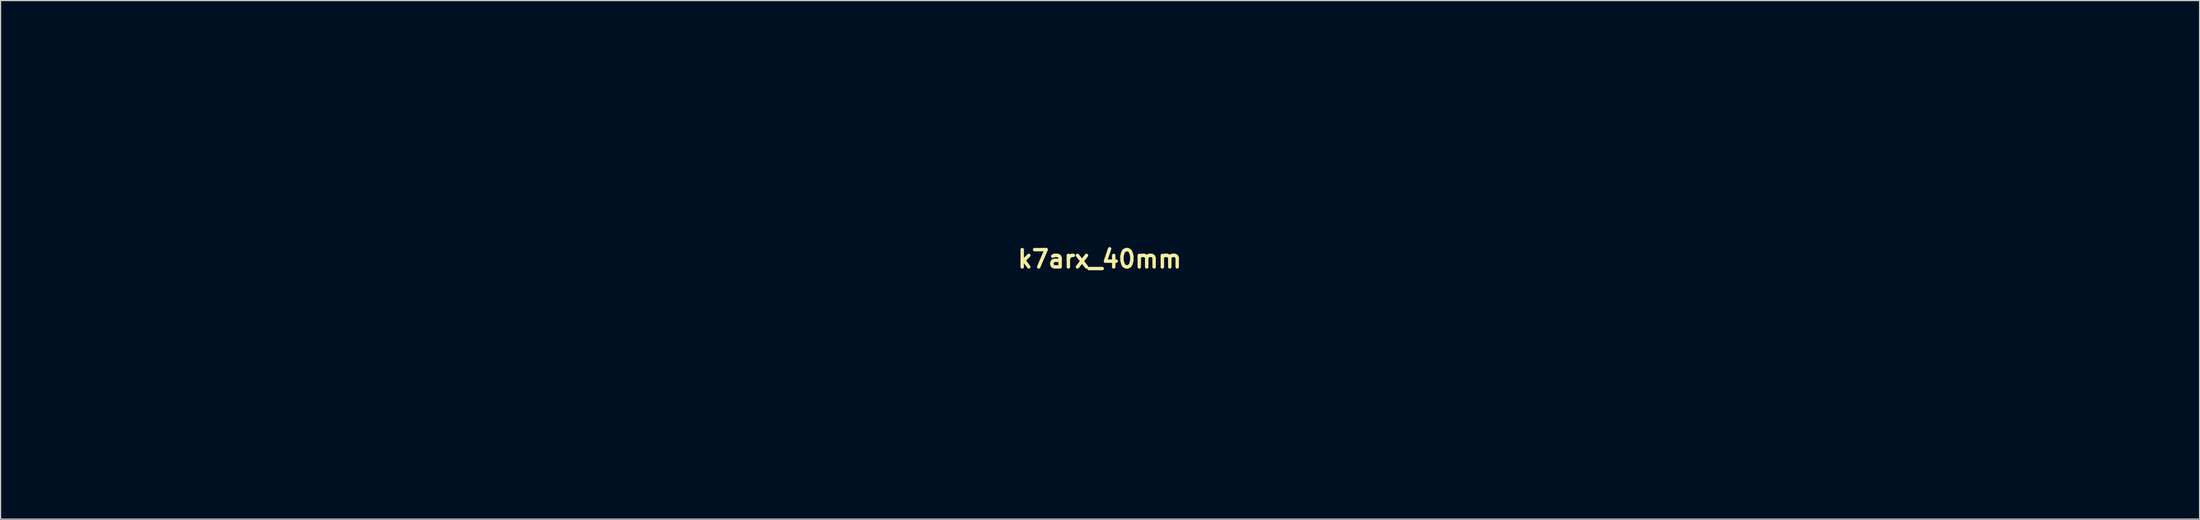
<source format=kicad_pcb>
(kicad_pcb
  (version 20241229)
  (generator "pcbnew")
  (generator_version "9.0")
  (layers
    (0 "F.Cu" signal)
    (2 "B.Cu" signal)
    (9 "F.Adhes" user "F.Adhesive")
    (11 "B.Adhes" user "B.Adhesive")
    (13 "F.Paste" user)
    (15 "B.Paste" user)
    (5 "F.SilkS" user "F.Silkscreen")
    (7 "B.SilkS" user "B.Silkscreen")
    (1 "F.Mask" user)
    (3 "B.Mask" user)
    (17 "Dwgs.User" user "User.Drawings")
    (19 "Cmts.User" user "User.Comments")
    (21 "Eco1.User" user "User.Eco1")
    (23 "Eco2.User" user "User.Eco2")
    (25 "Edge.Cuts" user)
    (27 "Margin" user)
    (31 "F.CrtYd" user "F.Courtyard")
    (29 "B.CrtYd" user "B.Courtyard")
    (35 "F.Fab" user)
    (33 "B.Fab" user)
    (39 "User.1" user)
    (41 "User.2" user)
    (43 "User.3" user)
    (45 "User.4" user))
  (footprint "k7arx_40mm"
    (layer "F.Cu")
    (at 93.762 19.787)
    (property "Reference" "k7arx_40mm" (at 0 0 0) (layer "F.SilkS") (effects (font (size 1.524 1.524) (thickness 0.3))))
    (attr through_hole)
    (fp_poly (pts (xy -51.319 -19.436) (xy -51.16 -19.426) (xy -50.94 -19.411) (xy -50.668 -19.39) (xy -50.355 -19.364) (xy -50.01 -19.335) (xy -49.641 -19.304) (xy -49.396 -19.282) (xy -48.633 -19.215) (xy -47.925 -19.156) (xy -47.263 -19.104) (xy -46.638 -19.058) (xy -46.038 -19.019) (xy -45.454 -18.986) (xy -44.877 -18.958) (xy -44.295 -18.935) (xy -43.699 -18.916) (xy -43.078 -18.902) (xy -42.423 -18.891) (xy -41.724 -18.884) (xy -40.971 -18.879) (xy -40.153 -18.877) (xy -39.68 -18.877) (xy -38.723 -18.878) (xy -37.837 -18.883) (xy -37.01 -18.891) (xy -36.234 -18.903) (xy -35.498 -18.919) (xy -34.792 -18.939) (xy -34.108 -18.964) (xy -33.433 -18.994) (xy -32.76 -19.029) (xy -32.078 -19.07) (xy -31.376 -19.116) (xy -30.727 -19.163) (xy -30.373 -19.189) (xy -30.042 -19.211) (xy -29.742 -19.23) (xy -29.483 -19.245) (xy -29.273 -19.255) (xy -29.122 -19.26) (xy -29.039 -19.259) (xy -29.027 -19.257) (xy -28.874 -19.176) (xy -28.705 -19.024) (xy -28.528 -18.809) (xy -28.348 -18.538) (xy -28.17 -18.217) (xy -28.151 -18.18) (xy -28.033 -17.926) (xy -27.913 -17.636) (xy -27.796 -17.325) (xy -27.686 -17.006) (xy -27.587 -16.693) (xy -27.505 -16.402) (xy -27.444 -16.145) (xy -27.408 -15.937) (xy -27.4 -15.828) (xy -27.411 -15.715) (xy -27.448 -15.598) (xy -27.518 -15.469) (xy -27.628 -15.318) (xy -27.783 -15.135) (xy -27.99 -14.909) (xy -28.026 -14.871) (xy -28.434 -14.438) (xy -28.799 -14.043) (xy -29.134 -13.673) (xy -29.455 -13.311) (xy -29.742 -12.98) (xy -30.886 -11.593) (xy -31.981 -10.156) (xy -33.022 -8.677) (xy -34.007 -7.161) (xy -34.932 -5.613) (xy -35.794 -4.04) (xy -36.588 -2.449) (xy -37.312 -0.844) (xy -37.962 0.767) (xy -38.372 1.9) (xy -38.815 3.253) (xy -39.202 4.583) (xy -39.535 5.908) (xy -39.818 7.241) (xy -40.055 8.6) (xy -40.249 10.001) (xy -40.387 11.28) (xy -40.404 11.513) (xy -40.42 11.807) (xy -40.433 12.151) (xy -40.444 12.535) (xy -40.452 12.949) (xy -40.458 13.382) (xy -40.462 13.822) (xy -40.463 14.26) (xy -40.461 14.685) (xy -40.457 15.086) (xy -40.45 15.452) (xy -40.44 15.773) (xy -40.428 16.039) (xy -40.413 16.238) (xy -40.408 16.28) (xy -40.358 16.641) (xy -40.293 17.026) (xy -40.218 17.416) (xy -40.138 17.79) (xy -40.056 18.126) (xy -39.976 18.404) (xy -39.974 18.41) (xy -39.889 18.711) (xy -39.832 18.984) (xy -39.811 19.16) (xy -39.804 19.322) (xy -39.811 19.43) (xy -39.835 19.512) (xy -39.883 19.592) (xy -39.886 19.598) (xy -39.986 19.712) (xy -40.105 19.809) (xy -40.12 19.818) (xy -40.144 19.831) (xy -40.171 19.843) (xy -40.206 19.854) (xy -40.253 19.863) (xy -40.318 19.871) (xy -40.404 19.878) (xy -40.518 19.883) (xy -40.663 19.888) (xy -40.845 19.892) (xy -41.068 19.895) (xy -41.337 19.898) (xy -41.658 19.9) (xy -42.034 19.902) (xy -42.47 19.903) (xy -42.972 19.904) (xy -43.544 19.905) (xy -44.191 19.906) (xy -44.22 19.906) (xy -44.779 19.907) (xy -45.316 19.907) (xy -45.827 19.906) (xy -46.306 19.905) (xy -46.747 19.903) (xy -47.145 19.901) (xy -47.493 19.899) (xy -47.787 19.896) (xy -48.021 19.892) (xy -48.189 19.889) (xy -48.285 19.884) (xy -48.305 19.882) (xy -48.498 19.8) (xy -48.678 19.661) (xy -48.825 19.485) (xy -48.916 19.296) (xy -48.918 19.289) (xy -48.94 19.153) (xy -48.954 18.939) (xy -48.958 18.648) (xy -48.953 18.281) (xy -48.939 17.84) (xy -48.919 17.38) (xy -48.801 15.705) (xy -48.606 14.009) (xy -48.335 12.292) (xy -47.988 10.555) (xy -47.566 8.8) (xy -47.07 7.028) (xy -46.498 5.24) (xy -45.852 3.437) (xy -45.132 1.62) (xy -44.338 -0.21) (xy -43.471 -2.052) (xy -42.531 -3.904) (xy -42.182 -4.56) (xy -41.647 -5.532) (xy -41.081 -6.52) (xy -40.493 -7.51) (xy -39.889 -8.491) (xy -39.279 -9.45) (xy -38.669 -10.374) (xy -38.068 -11.252) (xy -37.483 -12.069) (xy -37.324 -12.286) (xy -37.236 -12.411) (xy -37.174 -12.51) (xy -37.148 -12.569) (xy -37.15 -12.576) (xy -37.193 -12.581) (xy -37.311 -12.584) (xy -37.498 -12.588) (xy -37.748 -12.591) (xy -38.055 -12.593) (xy -38.414 -12.595) (xy -38.82 -12.597) (xy -39.267 -12.598) (xy -39.748 -12.599) (xy -40.259 -12.6) (xy -40.794 -12.6) (xy -41.347 -12.6) (xy -41.913 -12.6) (xy -42.486 -12.599) (xy -43.06 -12.598) (xy -43.63 -12.596) (xy -44.191 -12.595) (xy -44.736 -12.593) (xy -45.26 -12.59) (xy -45.757 -12.588) (xy -46.222 -12.585) (xy -46.65 -12.582) (xy -47.034 -12.578) (xy -47.368 -12.575) (xy -47.649 -12.571) (xy -47.868 -12.567) (xy -48.022 -12.562) (xy -48.08 -12.559) (xy -49.018 -12.477) (xy -49.9 -12.345) (xy -50.737 -12.161) (xy -51.538 -11.924) (xy -51.89 -11.799) (xy -52.067 -11.729) (xy -52.297 -11.632) (xy -52.56 -11.517) (xy -52.836 -11.392) (xy -53.107 -11.267) (xy -53.14 -11.251) (xy -53.482 -11.09) (xy -53.761 -10.961) (xy -53.988 -10.861) (xy -54.171 -10.788) (xy -54.319 -10.736) (xy -54.441 -10.703) (xy -54.547 -10.686) (xy -54.646 -10.68) (xy -54.655 -10.68) (xy -54.95 -10.708) (xy -55.206 -10.789) (xy -55.414 -10.916) (xy -55.567 -11.084) (xy -55.657 -11.287) (xy -55.68 -11.465) (xy -55.66 -11.688) (xy -55.605 -11.972) (xy -55.517 -12.311) (xy -55.4 -12.697) (xy -55.257 -13.121) (xy -55.09 -13.577) (xy -54.904 -14.057) (xy -54.701 -14.553) (xy -54.485 -15.057) (xy -54.259 -15.561) (xy -54.026 -16.059) (xy -53.79 -16.542) (xy -53.553 -17.002) (xy -53.319 -17.433) (xy -53.091 -17.826) (xy -52.872 -18.173) (xy -52.84 -18.221) (xy -52.598 -18.569) (xy -52.382 -18.849) (xy -52.187 -19.068) (xy -52.004 -19.23) (xy -51.828 -19.342) (xy -51.653 -19.41) (xy -51.47 -19.438) (xy -51.408 -19.44) (xy -51.319 -19.436)) (stroke (width 0.01) (type solid)) (fill yes) (layer "F.Mask"))
    (fp_poly (pts (xy -89.284 -19.14) (xy -88.803 -19.139) (xy -88.389 -19.139) (xy -88.038 -19.137) (xy -87.744 -19.135) (xy -87.501 -19.132) (xy -87.303 -19.128) (xy -87.143 -19.122) (xy -87.018 -19.116) (xy -86.919 -19.108) (xy -86.843 -19.099) (xy -86.782 -19.088) (xy -86.731 -19.075) (xy -86.713 -19.07) (xy -86.444 -18.955) (xy -86.229 -18.789) (xy -86.055 -18.562) (xy -86 -18.462) (xy -85.86 -18.187) (xy -85.865 -17.644) (xy -85.871 -17.4) (xy -85.885 -17.109) (xy -85.904 -16.802) (xy -85.927 -16.513) (xy -85.934 -16.44) (xy -85.977 -15.972) (xy -86.017 -15.467) (xy -86.057 -14.918) (xy -86.095 -14.32) (xy -86.132 -13.668) (xy -86.169 -12.955) (xy -86.205 -12.176) (xy -86.242 -11.326) (xy -86.261 -10.86) (xy -86.272 -10.559) (xy -86.283 -10.208) (xy -86.294 -9.812) (xy -86.305 -9.381) (xy -86.316 -8.919) (xy -86.327 -8.436) (xy -86.337 -7.937) (xy -86.347 -7.43) (xy -86.356 -6.923) (xy -86.364 -6.422) (xy -86.371 -5.934) (xy -86.378 -5.466) (xy -86.383 -5.027) (xy -86.387 -4.622) (xy -86.39 -4.259) (xy -86.391 -3.945) (xy -86.391 -3.688) (xy -86.389 -3.494) (xy -86.385 -3.37) (xy -86.383 -3.347) (xy -86.339 -3.086) (xy -86.26 -2.897) (xy -86.147 -2.78) (xy -86 -2.735) (xy -85.819 -2.762) (xy -85.606 -2.862) (xy -85.361 -3.035) (xy -85.36 -3.036) (xy -85.238 -3.137) (xy -85.066 -3.284) (xy -84.852 -3.469) (xy -84.606 -3.684) (xy -84.336 -3.92) (xy -84.052 -4.171) (xy -83.764 -4.428) (xy -83.478 -4.683) (xy -83.206 -4.928) (xy -82.955 -5.155) (xy -82.821 -5.278) (xy -82.194 -5.857) (xy -81.582 -6.428) (xy -80.981 -6.998) (xy -80.387 -7.569) (xy -79.795 -8.147) (xy -79.2 -8.735) (xy -78.599 -9.34) (xy -77.987 -9.964) (xy -77.359 -10.614) (xy -76.711 -11.292) (xy -76.039 -12.005) (xy -75.338 -12.755) (xy -74.604 -13.549) (xy -73.832 -14.39) (xy -73.018 -15.283) (xy -72.158 -16.232) (xy -72.078 -16.32) (xy -71.673 -16.767) (xy -71.317 -17.159) (xy -71.004 -17.499) (xy -70.73 -17.791) (xy -70.49 -18.04) (xy -70.279 -18.249) (xy -70.094 -18.422) (xy -69.928 -18.564) (xy -69.778 -18.679) (xy -69.638 -18.771) (xy -69.505 -18.843) (xy -69.372 -18.9) (xy -69.236 -18.946) (xy -69.092 -18.986) (xy -68.954 -19.018) (xy -68.897 -19.029) (xy -68.831 -19.038) (xy -68.749 -19.047) (xy -68.647 -19.054) (xy -68.52 -19.06) (xy -68.362 -19.065) (xy -68.169 -19.069) (xy -67.936 -19.072) (xy -67.656 -19.074) (xy -67.327 -19.075) (xy -66.941 -19.075) (xy -66.496 -19.075) (xy -65.984 -19.074) (xy -65.402 -19.073) (xy -64.86 -19.071) (xy -64.222 -19.069) (xy -63.659 -19.067) (xy -63.166 -19.065) (xy -62.738 -19.063) (xy -62.371 -19.061) (xy -62.059 -19.058) (xy -61.798 -19.055) (xy -61.583 -19.051) (xy -61.409 -19.046) (xy -61.271 -19.041) (xy -61.163 -19.034) (xy -61.083 -19.027) (xy -61.023 -19.019) (xy -60.98 -19.009) (xy -60.949 -18.998) (xy -60.928 -18.988) (xy -60.775 -18.862) (xy -60.678 -18.69) (xy -60.641 -18.487) (xy -60.668 -18.267) (xy -60.701 -18.169) (xy -60.746 -18.071) (xy -60.802 -17.972) (xy -60.875 -17.866) (xy -60.97 -17.748) (xy -61.093 -17.611) (xy -61.248 -17.449) (xy -61.442 -17.257) (xy -61.679 -17.029) (xy -61.965 -16.759) (xy -62.3 -16.448) (xy -63.358 -15.464) (xy -64.361 -14.53) (xy -65.315 -13.639) (xy -66.222 -12.787) (xy -67.09 -11.97) (xy -67.922 -11.183) (xy -68.723 -10.421) (xy -69.498 -9.68) (xy -70.252 -8.955) (xy -70.991 -8.241) (xy -71.717 -7.533) (xy -72.438 -6.828) (xy -73.157 -6.12) (xy -73.879 -5.405) (xy -74.609 -4.678) (xy -74.764 -4.523) (xy -75.137 -4.149) (xy -75.497 -3.787) (xy -75.839 -3.443) (xy -76.159 -3.119) (xy -76.452 -2.821) (xy -76.714 -2.553) (xy -76.94 -2.32) (xy -77.127 -2.127) (xy -77.268 -1.977) (xy -77.361 -1.876) (xy -77.396 -1.834) (xy -77.528 -1.639) (xy -77.6 -1.478) (xy -77.611 -1.334) (xy -77.561 -1.189) (xy -77.449 -1.023) (xy -77.368 -0.925) (xy -77.298 -0.844) (xy -77.184 -0.71) (xy -77.033 -0.532) (xy -76.852 -0.319) (xy -76.649 -0.08) (xy -76.43 0.178) (xy -76.228 0.417) (xy -75.584 1.175) (xy -74.954 1.915) (xy -74.341 2.634) (xy -73.748 3.327) (xy -73.178 3.99) (xy -72.635 4.62) (xy -72.123 5.213) (xy -71.644 5.765) (xy -71.202 6.272) (xy -70.801 6.73) (xy -70.443 7.134) (xy -70.133 7.482) (xy -70.081 7.54) (xy -68.955 8.774) (xy -67.861 9.94) (xy -66.794 11.041) (xy -65.752 12.082) (xy -64.73 13.065) (xy -63.725 13.994) (xy -62.733 14.873) (xy -61.749 15.706) (xy -60.94 16.363) (xy -60.814 16.463) (xy -60.642 16.599) (xy -60.442 16.759) (xy -60.231 16.927) (xy -60.078 17.049) (xy -59.751 17.318) (xy -59.458 17.58) (xy -59.205 17.827) (xy -59.001 18.05) (xy -58.855 18.241) (xy -58.82 18.296) (xy -58.702 18.558) (xy -58.638 18.834) (xy -58.634 19.098) (xy -58.64 19.137) (xy -58.701 19.384) (xy -58.804 19.574) (xy -58.96 19.726) (xy -59.12 19.825) (xy -59.144 19.837) (xy -59.175 19.847) (xy -59.215 19.857) (xy -59.271 19.865) (xy -59.346 19.872) (xy -59.445 19.878) (xy -59.572 19.883) (xy -59.732 19.888) (xy -59.929 19.892) (xy -60.169 19.896) (xy -60.455 19.898) (xy -60.792 19.901) (xy -61.185 19.903) (xy -61.637 19.905) (xy -62.154 19.907) (xy -62.74 19.909) (xy -63.4 19.91) (xy -63.7 19.911) (xy -64.51 19.913) (xy -65.241 19.914) (xy -65.894 19.913) (xy -66.47 19.912) (xy -66.971 19.91) (xy -67.396 19.907) (xy -67.747 19.903) (xy -68.026 19.898) (xy -68.232 19.892) (xy -68.368 19.885) (xy -68.42 19.879) (xy -68.621 19.833) (xy -68.841 19.76) (xy -68.983 19.7) (xy -69.168 19.592) (xy -69.363 19.442) (xy -69.573 19.242) (xy -69.803 18.988) (xy -70.061 18.672) (xy -70.24 18.438) (xy -70.771 17.739) (xy -71.315 17.034) (xy -71.875 16.319) (xy -72.454 15.59) (xy -73.056 14.844) (xy -73.684 14.078) (xy -74.34 13.286) (xy -75.028 12.467) (xy -75.751 11.616) (xy -76.512 10.729) (xy -77.314 9.803) (xy -78.16 8.834) (xy -79.053 7.819) (xy -79.997 6.753) (xy -80.844 5.8) (xy -81.224 5.375) (xy -81.554 5.006) (xy -81.841 4.689) (xy -82.087 4.418) (xy -82.296 4.191) (xy -82.474 4.001) (xy -82.624 3.846) (xy -82.75 3.72) (xy -82.856 3.619) (xy -82.947 3.539) (xy -83.027 3.476) (xy -83.099 3.425) (xy -83.099 3.425) (xy -83.191 3.369) (xy -83.274 3.334) (xy -83.357 3.324) (xy -83.449 3.344) (xy -83.559 3.398) (xy -83.698 3.489) (xy -83.873 3.622) (xy -84.095 3.801) (xy -84.241 3.92) (xy -84.661 4.269) (xy -85.021 4.577) (xy -85.325 4.85) (xy -85.579 5.095) (xy -85.788 5.317) (xy -85.956 5.524) (xy -86.088 5.72) (xy -86.189 5.913) (xy -86.264 6.108) (xy -86.317 6.312) (xy -86.353 6.53) (xy -86.366 6.64) (xy -86.376 6.793) (xy -86.38 7.019) (xy -86.38 7.313) (xy -86.376 7.669) (xy -86.368 8.081) (xy -86.356 8.543) (xy -86.34 9.048) (xy -86.321 9.591) (xy -86.299 10.167) (xy -86.274 10.768) (xy -86.246 11.388) (xy -86.216 12.023) (xy -86.184 12.665) (xy -86.149 13.31) (xy -86.113 13.95) (xy -86.076 14.58) (xy -86.037 15.193) (xy -86.02 15.46) (xy -85.98 16.064) (xy -85.946 16.593) (xy -85.917 17.054) (xy -85.894 17.452) (xy -85.876 17.792) (xy -85.865 18.081) (xy -85.859 18.324) (xy -85.859 18.527) (xy -85.866 18.695) (xy -85.878 18.834) (xy -85.896 18.949) (xy -85.92 19.046) (xy -85.951 19.131) (xy -85.987 19.21) (xy -86.03 19.288) (xy -86.052 19.324) (xy -86.212 19.522) (xy -86.432 19.694) (xy -86.696 19.826) (xy -86.759 19.849) (xy -86.823 19.857) (xy -86.959 19.865) (xy -87.158 19.872) (xy -87.414 19.879) (xy -87.719 19.885) (xy -88.063 19.89) (xy -88.44 19.895) (xy -88.842 19.899) (xy -89.26 19.903) (xy -89.686 19.905) (xy -90.113 19.907) (xy -90.533 19.908) (xy -90.938 19.908) (xy -91.32 19.907) (xy -91.67 19.905) (xy -91.982 19.902) (xy -92.247 19.898) (xy -92.457 19.893) (xy -92.604 19.886) (xy -92.671 19.88) (xy -92.983 19.796) (xy -93.254 19.648) (xy -93.476 19.44) (xy -93.643 19.18) (xy -93.684 19.083) (xy -93.713 19.003) (xy -93.734 18.926) (xy -93.748 18.84) (xy -93.755 18.73) (xy -93.757 18.584) (xy -93.755 18.388) (xy -93.748 18.13) (xy -93.746 18.04) (xy -93.735 17.731) (xy -93.72 17.372) (xy -93.701 16.993) (xy -93.681 16.626) (xy -93.662 16.32) (xy -93.621 15.671) (xy -93.58 14.952) (xy -93.54 14.169) (xy -93.5 13.332) (xy -93.461 12.45) (xy -93.423 11.532) (xy -93.387 10.585) (xy -93.353 9.619) (xy -93.321 8.642) (xy -93.291 7.664) (xy -93.264 6.691) (xy -93.24 5.734) (xy -93.22 4.801) (xy -93.203 3.901) (xy -93.197 3.5) (xy -93.175 1.083) (xy -93.179 -1.393) (xy -93.208 -3.912) (xy -93.263 -6.459) (xy -93.342 -9.016) (xy -93.445 -11.569) (xy -93.572 -14.1) (xy -93.664 -15.68) (xy -93.687 -16.058) (xy -93.706 -16.428) (xy -93.723 -16.781) (xy -93.737 -17.102) (xy -93.746 -17.382) (xy -93.752 -17.609) (xy -93.752 -17.77) (xy -93.752 -17.8) (xy -93.743 -18.01) (xy -93.729 -18.162) (xy -93.708 -18.276) (xy -93.674 -18.374) (xy -93.631 -18.463) (xy -93.456 -18.715) (xy -93.221 -18.916) (xy -92.975 -19.045) (xy -92.74 -19.14) (xy -89.84 -19.14) (xy -89.284 -19.14)) (stroke (width 0.01) (type solid)) (fill yes) (layer "F.Mask"))
    (fp_poly (pts (xy 30.056 -19.161) (xy 30.769 -19.161) (xy 31.469 -19.16) (xy 32.154 -19.159) (xy 32.817 -19.157) (xy 33.455 -19.155) (xy 34.062 -19.153) (xy 34.635 -19.15) (xy 35.169 -19.148) (xy 35.659 -19.145) (xy 36.1 -19.141) (xy 36.489 -19.137) (xy 36.82 -19.133) (xy 37.088 -19.129) (xy 37.29 -19.124) (xy 37.404 -19.12) (xy 38.122 -19.079) (xy 38.775 -19.031) (xy 39.38 -18.973) (xy 39.952 -18.905) (xy 40.508 -18.823) (xy 41.061 -18.726) (xy 41.22 -18.696) (xy 42.244 -18.468) (xy 43.203 -18.192) (xy 44.1 -17.869) (xy 44.932 -17.499) (xy 45.7 -17.082) (xy 46.404 -16.618) (xy 47.043 -16.107) (xy 47.618 -15.549) (xy 48.128 -14.945) (xy 48.573 -14.294) (xy 48.953 -13.597) (xy 49.072 -13.337) (xy 49.306 -12.742) (xy 49.507 -12.102) (xy 49.666 -11.446) (xy 49.737 -11.06) (xy 49.79 -10.716) (xy 49.831 -10.423) (xy 49.86 -10.156) (xy 49.879 -9.896) (xy 49.891 -9.618) (xy 49.896 -9.302) (xy 49.897 -8.98) (xy 49.881 -8.281) (xy 49.832 -7.637) (xy 49.748 -7.031) (xy 49.626 -6.444) (xy 49.463 -5.857) (xy 49.432 -5.76) (xy 49.136 -4.954) (xy 48.772 -4.171) (xy 48.338 -3.408) (xy 47.832 -2.66) (xy 47.252 -1.925) (xy 46.594 -1.198) (xy 46.36 -0.96) (xy 45.919 -0.531) (xy 45.464 -0.113) (xy 44.987 0.299) (xy 44.48 0.713) (xy 43.936 1.134) (xy 43.347 1.568) (xy 42.705 2.022) (xy 42.003 2.501) (xy 41.647 2.739) (xy 41.391 2.91) (xy 41.156 3.07) (xy 40.949 3.214) (xy 40.779 3.334) (xy 40.657 3.426) (xy 40.589 3.482) (xy 40.58 3.492) (xy 40.527 3.633) (xy 40.529 3.809) (xy 40.585 3.997) (xy 40.63 4.085) (xy 40.658 4.129) (xy 40.698 4.189) (xy 40.753 4.269) (xy 40.826 4.372) (xy 40.919 4.501) (xy 41.035 4.66) (xy 41.176 4.853) (xy 41.346 5.083) (xy 41.546 5.354) (xy 41.779 5.668) (xy 42.047 6.03) (xy 42.354 6.443) (xy 42.702 6.91) (xy 43.093 7.435) (xy 43.421 7.875) (xy 43.866 8.47) (xy 44.271 9.008) (xy 44.643 9.497) (xy 44.99 9.947) (xy 45.318 10.365) (xy 45.633 10.761) (xy 45.943 11.143) (xy 46.254 11.519) (xy 46.573 11.899) (xy 46.906 12.29) (xy 47.012 12.412) (xy 47.437 12.897) (xy 47.895 13.408) (xy 48.378 13.935) (xy 48.877 14.468) (xy 49.382 14.999) (xy 49.885 15.517) (xy 50.377 16.015) (xy 50.848 16.481) (xy 51.29 16.908) (xy 51.694 17.286) (xy 51.833 17.412) (xy 52.138 17.701) (xy 52.396 17.974) (xy 52.601 18.227) (xy 52.749 18.451) (xy 52.835 18.641) (xy 52.838 18.654) (xy 52.869 18.834) (xy 52.873 19.035) (xy 52.87 19.074) (xy 52.813 19.35) (xy 52.698 19.571) (xy 52.525 19.738) (xy 52.293 19.849) (xy 52.179 19.88) (xy 52.106 19.888) (xy 51.966 19.895) (xy 51.758 19.9) (xy 51.479 19.905) (xy 51.129 19.909) (xy 50.707 19.911) (xy 50.21 19.913) (xy 49.639 19.914) (xy 48.99 19.913) (xy 48.264 19.912) (xy 47.839 19.911) (xy 43.7 19.899) (xy 43.463 19.809) (xy 43.186 19.689) (xy 42.956 19.55) (xy 42.742 19.372) (xy 42.689 19.321) (xy 42.597 19.229) (xy 42.509 19.137) (xy 42.421 19.038) (xy 42.329 18.928) (xy 42.228 18.8) (xy 42.115 18.649) (xy 41.984 18.469) (xy 41.833 18.254) (xy 41.657 17.999) (xy 41.452 17.698) (xy 41.213 17.346) (xy 40.937 16.936) (xy 40.739 16.64) (xy 40.104 15.699) (xy 39.5 14.815) (xy 38.92 13.977) (xy 38.355 13.172) (xy 37.796 12.389) (xy 37.235 11.617) (xy 36.662 10.842) (xy 36.071 10.055) (xy 35.451 9.242) (xy 34.795 8.391) (xy 34.654 8.209) (xy 34.36 7.837) (xy 34.104 7.526) (xy 33.883 7.274) (xy 33.691 7.075) (xy 33.523 6.925) (xy 33.374 6.82) (xy 33.24 6.754) (xy 33.116 6.723) (xy 33.058 6.72) (xy 32.954 6.732) (xy 32.784 6.767) (xy 32.557 6.822) (xy 32.283 6.894) (xy 31.971 6.98) (xy 31.63 7.078) (xy 31.271 7.185) (xy 30.903 7.298) (xy 30.535 7.415) (xy 30.176 7.533) (xy 29.966 7.604) (xy 29.786 7.665) (xy 29.634 7.714) (xy 29.525 7.748) (xy 29.476 7.76) (xy 29.47 7.721) (xy 29.464 7.607) (xy 29.459 7.423) (xy 29.454 7.175) (xy 29.45 6.868) (xy 29.447 6.507) (xy 29.444 6.097) (xy 29.442 5.643) (xy 29.44 5.15) (xy 29.44 4.625) (xy 29.44 1.491) (xy 30.15 1.261) (xy 31.262 0.883) (xy 32.354 0.475) (xy 33.415 0.041) (xy 34.431 -0.412) (xy 35.393 -0.88) (xy 36.289 -1.358) (xy 36.42 -1.432) (xy 37.353 -1.992) (xy 38.213 -2.568) (xy 38.999 -3.158) (xy 39.71 -3.762) (xy 40.345 -4.378) (xy 40.903 -5.007) (xy 41.384 -5.647) (xy 41.788 -6.298) (xy 42.06 -6.84) (xy 42.291 -7.429) (xy 42.454 -8.016) (xy 42.551 -8.593) (xy 42.58 -9.157) (xy 42.543 -9.702) (xy 42.441 -10.221) (xy 42.273 -10.71) (xy 42.041 -11.164) (xy 41.744 -11.576) (xy 41.631 -11.703) (xy 41.25 -12.055) (xy 40.805 -12.365) (xy 40.303 -12.63) (xy 39.75 -12.848) (xy 39.153 -13.014) (xy 39.042 -13.038) (xy 38.898 -13.067) (xy 38.76 -13.093) (xy 38.624 -13.117) (xy 38.485 -13.138) (xy 38.338 -13.156) (xy 38.178 -13.172) (xy 38 -13.186) (xy 37.799 -13.198) (xy 37.571 -13.208) (xy 37.31 -13.216) (xy 37.012 -13.223) (xy 36.672 -13.228) (xy 36.284 -13.232) (xy 35.845 -13.235) (xy 35.348 -13.237) (xy 34.79 -13.238) (xy 34.165 -13.239) (xy 33.468 -13.239) (xy 32.917 -13.24) (xy 32.188 -13.24) (xy 31.535 -13.24) (xy 30.953 -13.24) (xy 30.438 -13.239) (xy 29.986 -13.238) (xy 29.592 -13.235) (xy 29.251 -13.232) (xy 28.96 -13.227) (xy 28.714 -13.22) (xy 28.509 -13.212) (xy 28.34 -13.201) (xy 28.203 -13.188) (xy 28.093 -13.173) (xy 28.007 -13.154) (xy 27.94 -13.133) (xy 27.887 -13.108) (xy 27.844 -13.08) (xy 27.807 -13.048) (xy 27.771 -13.013) (xy 27.733 -12.973) (xy 27.725 -12.965) (xy 27.7 -12.942) (xy 27.676 -12.924) (xy 27.654 -12.907) (xy 27.633 -12.89) (xy 27.614 -12.87) (xy 27.596 -12.843) (xy 27.58 -12.808) (xy 27.565 -12.762) (xy 27.551 -12.702) (xy 27.539 -12.624) (xy 27.528 -12.528) (xy 27.517 -12.409) (xy 27.508 -12.266) (xy 27.5 -12.096) (xy 27.493 -11.895) (xy 27.487 -11.661) (xy 27.481 -11.392) (xy 27.477 -11.085) (xy 27.473 -10.738) (xy 27.469 -10.346) (xy 27.467 -9.909) (xy 27.465 -9.423) (xy 27.463 -8.885) (xy 27.462 -8.294) (xy 27.461 -7.645) (xy 27.46 -6.937) (xy 27.46 -6.167) (xy 27.46 -5.332) (xy 27.46 -4.429) (xy 27.46 -3.456) (xy 27.46 -2.411) (xy 27.46 -1.289) (xy 27.46 -0.5) (xy 27.46 0.7) (xy 27.46 1.824) (xy 27.46 2.875) (xy 27.46 3.856) (xy 27.461 4.77) (xy 27.461 5.622) (xy 27.462 6.415) (xy 27.464 7.151) (xy 27.465 7.835) (xy 27.468 8.47) (xy 27.47 9.06) (xy 27.474 9.607) (xy 27.477 10.115) (xy 27.482 10.588) (xy 27.487 11.029) (xy 27.493 11.442) (xy 27.5 11.829) (xy 27.507 12.195) (xy 27.516 12.543) (xy 27.526 12.876) (xy 27.536 13.198) (xy 27.548 13.512) (xy 27.561 13.821) (xy 27.575 14.129) (xy 27.59 14.44) (xy 27.606 14.757) (xy 27.624 15.083) (xy 27.643 15.422) (xy 27.664 15.777) (xy 27.686 16.152) (xy 27.71 16.549) (xy 27.724 16.78) (xy 27.751 17.248) (xy 27.771 17.645) (xy 27.785 17.977) (xy 27.791 18.253) (xy 27.791 18.481) (xy 27.783 18.668) (xy 27.767 18.823) (xy 27.743 18.953) (xy 27.712 19.065) (xy 27.672 19.169) (xy 27.661 19.193) (xy 27.519 19.435) (xy 27.33 19.625) (xy 27.082 19.773) (xy 27.009 19.805) (xy 26.78 19.9) (xy 23.72 19.906) (xy 23.227 19.906) (xy 22.753 19.906) (xy 22.306 19.905) (xy 21.891 19.904) (xy 21.516 19.901) (xy 21.186 19.898) (xy 20.91 19.895) (xy 20.693 19.891) (xy 20.542 19.887) (xy 20.463 19.882) (xy 20.46 19.881) (xy 20.148 19.8) (xy 19.879 19.662) (xy 19.66 19.473) (xy 19.5 19.239) (xy 19.426 19.05) (xy 19.402 18.953) (xy 19.384 18.845) (xy 19.372 18.718) (xy 19.365 18.564) (xy 19.364 18.375) (xy 19.369 18.143) (xy 19.379 17.862) (xy 19.395 17.522) (xy 19.417 17.117) (xy 19.439 16.727) (xy 19.514 15.42) (xy 19.582 14.183) (xy 19.643 13.005) (xy 19.696 11.876) (xy 19.743 10.786) (xy 19.784 9.724) (xy 19.819 8.68) (xy 19.847 7.645) (xy 19.871 6.607) (xy 19.889 5.557) (xy 19.901 4.484) (xy 19.91 3.379) (xy 19.914 2.23) (xy 19.913 1.028) (xy 19.909 -0.237) (xy 19.907 -0.58) (xy 19.902 -1.52) (xy 19.895 -2.39) (xy 19.888 -3.197) (xy 19.879 -3.952) (xy 19.869 -4.664) (xy 19.857 -5.341) (xy 19.843 -5.993) (xy 19.827 -6.629) (xy 19.808 -7.257) (xy 19.787 -7.888) (xy 19.762 -8.531) (xy 19.735 -9.193) (xy 19.703 -9.886) (xy 19.668 -10.617) (xy 19.629 -11.395) (xy 19.6 -11.96) (xy 19.562 -12.698) (xy 19.528 -13.36) (xy 19.497 -13.953) (xy 19.471 -14.48) (xy 19.448 -14.948) (xy 19.428 -15.36) (xy 19.412 -15.723) (xy 19.398 -16.04) (xy 19.387 -16.316) (xy 19.378 -16.558) (xy 19.372 -16.769) (xy 19.368 -16.955) (xy 19.366 -17.12) (xy 19.365 -17.27) (xy 19.366 -17.409) (xy 19.368 -17.543) (xy 19.368 -17.553) (xy 19.375 -17.817) (xy 19.383 -18.016) (xy 19.395 -18.162) (xy 19.411 -18.272) (xy 19.433 -18.357) (xy 19.464 -18.434) (xy 19.467 -18.44) (xy 19.625 -18.691) (xy 19.844 -18.89) (xy 20.122 -19.036) (xy 20.392 -19.115) (xy 20.456 -19.12) (xy 20.595 -19.125) (xy 20.805 -19.129) (xy 21.082 -19.134) (xy 21.42 -19.138) (xy 21.815 -19.141) (xy 22.262 -19.145) (xy 22.758 -19.148) (xy 23.297 -19.15) (xy 23.874 -19.153) (xy 24.486 -19.155) (xy 25.127 -19.157) (xy 25.793 -19.158) (xy 26.479 -19.16) (xy 27.182 -19.161) (xy 27.895 -19.161) (xy 28.615 -19.162) (xy 29.337 -19.162) (xy 30.056 -19.161)) (stroke (width 0.01) (type solid)) (fill yes) (layer "F.Mask"))
    (fp_poly (pts (xy 64.724 -19.14) (xy 65.188 -19.139) (xy 65.591 -19.137) (xy 65.938 -19.133) (xy 66.235 -19.128) (xy 66.484 -19.121) (xy 66.692 -19.111) (xy 66.864 -19.097) (xy 67.003 -19.081) (xy 67.116 -19.061) (xy 67.206 -19.037) (xy 67.279 -19.009) (xy 67.339 -18.976) (xy 67.391 -18.937) (xy 67.44 -18.894) (xy 67.491 -18.844) (xy 67.549 -18.788) (xy 67.55 -18.787) (xy 67.618 -18.721) (xy 67.682 -18.653) (xy 67.747 -18.576) (xy 67.818 -18.484) (xy 67.899 -18.369) (xy 67.994 -18.225) (xy 68.109 -18.045) (xy 68.247 -17.821) (xy 68.414 -17.547) (xy 68.614 -17.216) (xy 68.776 -16.947) (xy 68.99 -16.591) (xy 69.172 -16.29) (xy 69.328 -16.032) (xy 69.468 -15.802) (xy 69.598 -15.589) (xy 69.728 -15.379) (xy 69.865 -15.158) (xy 70.018 -14.914) (xy 70.183 -14.65) (xy 70.312 -14.444) (xy 70.436 -14.246) (xy 70.544 -14.073) (xy 70.626 -13.941) (xy 70.657 -13.89) (xy 70.729 -13.776) (xy 70.841 -13.603) (xy 70.989 -13.378) (xy 71.167 -13.108) (xy 71.371 -12.799) (xy 71.597 -12.459) (xy 71.84 -12.094) (xy 72.094 -11.712) (xy 72.356 -11.32) (xy 72.62 -10.925) (xy 72.883 -10.533) (xy 73.139 -10.153) (xy 73.384 -9.789) (xy 73.612 -9.451) (xy 73.82 -9.144) (xy 74.003 -8.876) (xy 74.096 -8.74) (xy 74.3 -8.444) (xy 74.497 -8.164) (xy 74.68 -7.908) (xy 74.843 -7.683) (xy 74.981 -7.498) (xy 75.086 -7.362) (xy 75.155 -7.281) (xy 75.165 -7.271) (xy 75.311 -7.157) (xy 75.451 -7.093) (xy 75.588 -7.084) (xy 75.731 -7.132) (xy 75.883 -7.241) (xy 76.051 -7.413) (xy 76.24 -7.652) (xy 76.458 -7.96) (xy 76.46 -7.963) (xy 76.576 -8.134) (xy 76.724 -8.351) (xy 76.89 -8.594) (xy 77.06 -8.842) (xy 77.196 -9.039) (xy 77.899 -10.066) (xy 78.56 -11.043) (xy 79.187 -11.985) (xy 79.789 -12.903) (xy 80.373 -13.811) (xy 80.948 -14.721) (xy 81.523 -15.647) (xy 82.105 -16.601) (xy 82.352 -17.009) (xy 82.533 -17.308) (xy 82.707 -17.594) (xy 82.869 -17.857) (xy 83.013 -18.088) (xy 83.133 -18.278) (xy 83.223 -18.418) (xy 83.275 -18.494) (xy 83.499 -18.755) (xy 83.732 -18.942) (xy 83.982 -19.062) (xy 83.991 -19.065) (xy 84.032 -19.077) (xy 84.077 -19.088) (xy 84.132 -19.098) (xy 84.201 -19.106) (xy 84.29 -19.113) (xy 84.403 -19.119) (xy 84.545 -19.124) (xy 84.721 -19.129) (xy 84.937 -19.132) (xy 85.196 -19.135) (xy 85.504 -19.137) (xy 85.866 -19.138) (xy 86.287 -19.139) (xy 86.771 -19.14) (xy 87.324 -19.14) (xy 87.95 -19.14) (xy 88.18 -19.14) (xy 92.14 -19.14) (xy 92.316 -19.04) (xy 92.49 -18.909) (xy 92.593 -18.747) (xy 92.63 -18.544) (xy 92.627 -18.434) (xy 92.617 -18.335) (xy 92.601 -18.239) (xy 92.576 -18.143) (xy 92.538 -18.04) (xy 92.485 -17.925) (xy 92.413 -17.795) (xy 92.318 -17.642) (xy 92.198 -17.463) (xy 92.049 -17.253) (xy 91.868 -17.005) (xy 91.651 -16.716) (xy 91.395 -16.38) (xy 91.097 -15.991) (xy 90.754 -15.546) (xy 90.695 -15.47) (xy 90.406 -15.096) (xy 90.124 -14.731) (xy 89.855 -14.382) (xy 89.603 -14.055) (xy 89.373 -13.757) (xy 89.17 -13.493) (xy 88.999 -13.272) (xy 88.866 -13.098) (xy 88.775 -12.98) (xy 88.755 -12.953) (xy 88.617 -12.772) (xy 88.45 -12.553) (xy 88.273 -12.322) (xy 88.107 -12.105) (xy 88.082 -12.073) (xy 87.795 -11.697) (xy 87.468 -11.265) (xy 87.106 -10.786) (xy 86.716 -10.268) (xy 86.305 -9.721) (xy 85.879 -9.152) (xy 85.445 -8.571) (xy 85.009 -7.986) (xy 84.578 -7.406) (xy 84.157 -6.84) (xy 83.755 -6.296) (xy 83.376 -5.783) (xy 83.028 -5.31) (xy 82.717 -4.885) (xy 82.699 -4.86) (xy 82.523 -4.618) (xy 82.344 -4.374) (xy 82.175 -4.142) (xy 82.026 -3.939) (xy 81.909 -3.78) (xy 81.88 -3.74) (xy 81.757 -3.572) (xy 81.605 -3.363) (xy 81.441 -3.137) (xy 81.281 -2.916) (xy 81.241 -2.86) (xy 81.1 -2.664) (xy 80.962 -2.474) (xy 80.841 -2.306) (xy 80.748 -2.179) (xy 80.719 -2.14) (xy 80.403 -1.708) (xy 80.138 -1.338) (xy 79.922 -1.03) (xy 79.756 -0.783) (xy 79.64 -0.598) (xy 79.573 -0.474) (xy 79.559 -0.435) (xy 79.538 -0.314) (xy 79.545 -0.189) (xy 79.585 -0.049) (xy 79.66 0.114) (xy 79.777 0.312) (xy 79.938 0.553) (xy 80.07 0.74) (xy 80.221 0.95) (xy 80.405 1.206) (xy 80.609 1.49) (xy 80.82 1.784) (xy 81.024 2.068) (xy 81.119 2.2) (xy 81.804 3.151) (xy 82.512 4.125) (xy 83.235 5.113) (xy 83.969 6.107) (xy 84.705 7.1) (xy 85.44 8.083) (xy 86.166 9.048) (xy 86.876 9.986) (xy 87.566 10.89) (xy 88.229 11.75) (xy 88.859 12.56) (xy 89.377 13.22) (xy 89.882 13.857) (xy 90.393 14.498) (xy 90.902 15.133) (xy 91.402 15.753) (xy 91.884 16.349) (xy 92.342 16.91) (xy 92.767 17.428) (xy 93.152 17.892) (xy 93.176 17.92) (xy 93.397 18.208) (xy 93.578 18.492) (xy 93.656 18.64) (xy 93.737 18.816) (xy 93.786 18.95) (xy 93.811 19.071) (xy 93.82 19.206) (xy 93.82 19.253) (xy 93.818 19.399) (xy 93.804 19.494) (xy 93.767 19.565) (xy 93.698 19.64) (xy 93.656 19.679) (xy 93.496 19.799) (xy 93.316 19.868) (xy 93.273 19.877) (xy 93.205 19.886) (xy 93.084 19.893) (xy 92.908 19.899) (xy 92.673 19.904) (xy 92.378 19.908) (xy 92.019 19.911) (xy 91.594 19.913) (xy 91.1 19.914) (xy 90.533 19.914) (xy 89.893 19.913) (xy 89.217 19.911) (xy 85.38 19.9) (xy 85.142 19.804) (xy 84.897 19.67) (xy 84.66 19.476) (xy 84.451 19.24) (xy 84.382 19.14) (xy 84.325 19.049) (xy 84.234 18.902) (xy 84.118 18.712) (xy 83.982 18.489) (xy 83.835 18.246) (xy 83.732 18.077) (xy 83.583 17.831) (xy 83.443 17.6) (xy 83.318 17.394) (xy 83.215 17.226) (xy 83.141 17.106) (xy 83.111 17.057) (xy 83.05 16.962) (xy 82.96 16.818) (xy 82.852 16.644) (xy 82.739 16.461) (xy 82.738 16.46) (xy 82.463 16.02) (xy 82.149 15.526) (xy 81.803 14.989) (xy 81.431 14.418) (xy 81.04 13.826) (xy 80.639 13.222) (xy 80.234 12.617) (xy 79.832 12.023) (xy 79.44 11.449) (xy 79.065 10.906) (xy 78.921 10.7) (xy 78.807 10.537) (xy 78.659 10.324) (xy 78.487 10.079) (xy 78.304 9.817) (xy 78.121 9.555) (xy 78.041 9.44) (xy 77.854 9.174) (xy 77.657 8.893) (xy 77.461 8.616) (xy 77.28 8.36) (xy 77.127 8.145) (xy 77.081 8.08) (xy 76.909 7.839) (xy 76.713 7.565) (xy 76.516 7.288) (xy 76.34 7.039) (xy 76.312 7) (xy 76.178 6.813) (xy 76.054 6.645) (xy 75.95 6.508) (xy 75.876 6.416) (xy 75.848 6.387) (xy 75.716 6.315) (xy 75.551 6.289) (xy 75.386 6.312) (xy 75.327 6.336) (xy 75.247 6.398) (xy 75.141 6.508) (xy 75.029 6.644) (xy 74.991 6.697) (xy 74.924 6.791) (xy 74.817 6.942) (xy 74.674 7.143) (xy 74.502 7.386) (xy 74.306 7.664) (xy 74.092 7.967) (xy 73.865 8.289) (xy 73.63 8.622) (xy 73.394 8.957) (xy 73.161 9.287) (xy 72.937 9.604) (xy 72.728 9.901) (xy 72.539 10.168) (xy 72.478 10.255) (xy 71.301 11.955) (xy 70.149 13.669) (xy 69.036 15.382) (xy 67.971 17.076) (xy 67.382 18.04) (xy 67.236 18.282) (xy 67.093 18.517) (xy 66.962 18.73) (xy 66.852 18.908) (xy 66.772 19.036) (xy 66.753 19.066) (xy 66.545 19.344) (xy 66.309 19.575) (xy 66.061 19.746) (xy 65.939 19.804) (xy 65.7 19.9) (xy 61.82 19.906) (xy 61.267 19.907) (xy 60.736 19.907) (xy 60.231 19.907) (xy 59.758 19.905) (xy 59.324 19.904) (xy 58.933 19.902) (xy 58.592 19.899) (xy 58.305 19.896) (xy 58.08 19.893) (xy 57.921 19.889) (xy 57.833 19.885) (xy 57.82 19.883) (xy 57.579 19.793) (xy 57.405 19.658) (xy 57.299 19.482) (xy 57.262 19.265) (xy 57.294 19.01) (xy 57.297 19) (xy 57.343 18.843) (xy 57.403 18.691) (xy 57.483 18.534) (xy 57.59 18.362) (xy 57.729 18.165) (xy 57.907 17.933) (xy 58.13 17.657) (xy 58.243 17.52) (xy 59.225 16.326) (xy 60.239 15.072) (xy 61.279 13.766) (xy 62.337 12.419) (xy 63.407 11.039) (xy 64.481 9.635) (xy 65.552 8.216) (xy 65.878 7.78) (xy 66.173 7.385) (xy 66.428 7.043) (xy 66.653 6.741) (xy 66.856 6.468) (xy 67.046 6.211) (xy 67.232 5.96) (xy 67.422 5.702) (xy 67.625 5.425) (xy 67.85 5.118) (xy 68.106 4.769) (xy 68.277 4.535) (xy 68.433 4.322) (xy 68.6 4.095) (xy 68.758 3.88) (xy 68.891 3.699) (xy 68.92 3.66) (xy 69.05 3.482) (xy 69.207 3.266) (xy 69.369 3.041) (xy 69.513 2.84) (xy 69.668 2.623) (xy 69.847 2.372) (xy 70.029 2.119) (xy 70.19 1.894) (xy 70.47 1.506) (xy 70.706 1.177) (xy 70.903 0.901) (xy 71.065 0.672) (xy 71.195 0.486) (xy 71.296 0.336) (xy 71.374 0.216) (xy 71.431 0.121) (xy 71.471 0.045) (xy 71.498 -0.018) (xy 71.516 -0.074) (xy 71.529 -0.128) (xy 71.535 -0.161) (xy 71.543 -0.292) (xy 71.516 -0.433) (xy 71.45 -0.595) (xy 71.339 -0.788) (xy 71.18 -1.024) (xy 71.12 -1.106) (xy 70.959 -1.327) (xy 70.778 -1.576) (xy 70.6 -1.821) (xy 70.458 -2.016) (xy 70.368 -2.141) (xy 70.236 -2.322) (xy 70.07 -2.551) (xy 69.876 -2.817) (xy 69.66 -3.114) (xy 69.429 -3.432) (xy 69.189 -3.762) (xy 68.946 -4.095) (xy 68.707 -4.424) (xy 68.478 -4.739) (xy 68.265 -5.031) (xy 68.075 -5.292) (xy 67.913 -5.513) (xy 67.788 -5.686) (xy 67.771 -5.709) (xy 67.593 -5.951) (xy 67.376 -6.245) (xy 67.125 -6.585) (xy 66.844 -6.963) (xy 66.541 -7.371) (xy 66.219 -7.803) (xy 65.884 -8.251) (xy 65.543 -8.708) (xy 65.199 -9.167) (xy 64.859 -9.622) (xy 64.527 -10.063) (xy 64.21 -10.485) (xy 63.912 -10.88) (xy 63.64 -11.242) (xy 63.398 -11.562) (xy 63.191 -11.833) (xy 63.026 -12.049) (xy 62.998 -12.086) (xy 62.88 -12.239) (xy 62.727 -12.439) (xy 62.551 -12.668) (xy 62.366 -12.91) (xy 62.184 -13.148) (xy 62.16 -13.18) (xy 61.957 -13.445) (xy 61.728 -13.744) (xy 61.492 -14.051) (xy 61.269 -14.342) (xy 61.1 -14.561) (xy 60.927 -14.785) (xy 60.719 -15.054) (xy 60.49 -15.35) (xy 60.254 -15.656) (xy 60.025 -15.952) (xy 59.88 -16.141) (xy 59.688 -16.389) (xy 59.502 -16.629) (xy 59.33 -16.851) (xy 59.181 -17.043) (xy 59.064 -17.194) (xy 58.986 -17.292) (xy 58.985 -17.294) (xy 58.873 -17.45) (xy 58.752 -17.644) (xy 58.645 -17.838) (xy 58.625 -17.88) (xy 58.543 -18.057) (xy 58.493 -18.191) (xy 58.469 -18.311) (xy 58.461 -18.444) (xy 58.461 -18.48) (xy 58.477 -18.687) (xy 58.531 -18.838) (xy 58.635 -18.953) (xy 58.793 -19.048) (xy 58.98 -19.14) (xy 62.92 -19.14) (xy 63.595 -19.14) (xy 64.195 -19.14) (xy 64.724 -19.14)) (stroke (width 0.01) (type solid)) (fill yes) (layer "F.Mask"))
    (fp_poly (pts (xy -4.957 -19.778) (xy -4.649 -19.769) (xy -4.373 -19.754) (xy -4.147 -19.733) (xy -4 -19.709) (xy -3.591 -19.581) (xy -3.225 -19.395) (xy -2.91 -19.154) (xy -2.652 -18.865) (xy -2.559 -18.722) (xy -2.502 -18.618) (xy -2.42 -18.453) (xy -2.316 -18.237) (xy -2.196 -17.982) (xy -2.066 -17.7) (xy -1.931 -17.402) (xy -1.875 -17.277) (xy -1.726 -16.944) (xy -1.57 -16.592) (xy -1.413 -16.24) (xy -1.263 -15.906) (xy -1.13 -15.607) (xy -1.02 -15.361) (xy -1.01 -15.34) (xy -0.896 -15.085) (xy -0.782 -14.829) (xy -0.676 -14.592) (xy -0.587 -14.391) (xy -0.521 -14.244) (xy -0.52 -14.24) (xy -0.434 -14.048) (xy -0.333 -13.82) (xy -0.232 -13.594) (xy -0.189 -13.5) (xy -0.116 -13.336) (xy -0.018 -13.118) (xy 0.095 -12.866) (xy 0.215 -12.598) (xy 0.334 -12.334) (xy 0.34 -12.32) (xy 0.458 -12.058) (xy 0.577 -11.791) (xy 0.69 -11.54) (xy 0.787 -11.323) (xy 0.861 -11.158) (xy 0.865 -11.15) (xy 0.964 -10.929) (xy 1.077 -10.678) (xy 1.183 -10.441) (xy 1.215 -10.37) (xy 1.287 -10.21) (xy 1.384 -9.995) (xy 1.496 -9.745) (xy 1.615 -9.479) (xy 1.733 -9.216) (xy 1.74 -9.2) (xy 1.906 -8.829) (xy 2.054 -8.5) (xy 2.193 -8.191) (xy 2.335 -7.875) (xy 2.49 -7.528) (xy 2.62 -7.24) (xy 2.721 -7.016) (xy 2.835 -6.762) (xy 2.943 -6.522) (xy 2.98 -6.44) (xy 3.081 -6.216) (xy 3.195 -5.962) (xy 3.303 -5.722) (xy 3.34 -5.64) (xy 3.441 -5.416) (xy 3.555 -5.162) (xy 3.663 -4.922) (xy 3.7 -4.84) (xy 3.801 -4.616) (xy 3.915 -4.362) (xy 4.023 -4.122) (xy 4.06 -4.04) (xy 4.161 -3.816) (xy 4.275 -3.562) (xy 4.383 -3.322) (xy 4.42 -3.24) (xy 4.521 -3.016) (xy 4.635 -2.762) (xy 4.743 -2.522) (xy 4.78 -2.44) (xy 4.88 -2.218) (xy 4.992 -1.968) (xy 5.098 -1.732) (xy 5.135 -1.65) (xy 5.202 -1.502) (xy 5.294 -1.297) (xy 5.406 -1.05) (xy 5.53 -0.778) (xy 5.658 -0.495) (xy 5.738 -0.32) (xy 5.864 -0.043) (xy 5.989 0.23) (xy 6.104 0.485) (xy 6.205 0.706) (xy 6.283 0.879) (xy 6.32 0.96) (xy 6.38 1.093) (xy 6.467 1.284) (xy 6.573 1.518) (xy 6.692 1.781) (xy 6.818 2.057) (xy 6.901 2.24) (xy 7.039 2.543) (xy 7.186 2.867) (xy 7.332 3.189) (xy 7.469 3.49) (xy 7.586 3.749) (xy 7.627 3.84) (xy 7.739 4.087) (xy 7.854 4.341) (xy 7.963 4.581) (xy 8.055 4.783) (xy 8.099 4.88) (xy 8.174 5.042) (xy 8.272 5.257) (xy 8.384 5.504) (xy 8.503 5.764) (xy 8.601 5.98) (xy 8.795 6.407) (xy 8.966 6.78) (xy 9.121 7.121) (xy 9.272 7.45) (xy 9.425 7.785) (xy 9.592 8.148) (xy 9.68 8.34) (xy 9.815 8.634) (xy 9.967 8.965) (xy 10.123 9.304) (xy 10.268 9.622) (xy 10.359 9.82) (xy 10.552 10.239) (xy 10.717 10.598) (xy 10.861 10.908) (xy 10.989 11.183) (xy 11.108 11.434) (xy 11.223 11.673) (xy 11.34 11.913) (xy 11.465 12.167) (xy 11.604 12.447) (xy 11.683 12.604) (xy 11.914 13.063) (xy 12.174 13.567) (xy 12.462 14.119) (xy 12.783 14.725) (xy 13.137 15.387) (xy 13.526 16.109) (xy 13.953 16.896) (xy 14.076 17.12) (xy 14.296 17.528) (xy 14.479 17.874) (xy 14.628 18.167) (xy 14.745 18.414) (xy 14.834 18.623) (xy 14.899 18.801) (xy 14.942 18.956) (xy 14.967 19.096) (xy 14.976 19.229) (xy 14.977 19.247) (xy 14.962 19.457) (xy 14.906 19.613) (xy 14.797 19.737) (xy 14.676 19.82) (xy 14.651 19.833) (xy 14.623 19.845) (xy 14.586 19.856) (xy 14.536 19.865) (xy 14.467 19.872) (xy 14.375 19.879) (xy 14.254 19.884) (xy 14.1 19.889) (xy 13.908 19.892) (xy 13.672 19.895) (xy 13.388 19.897) (xy 13.051 19.898) (xy 12.656 19.899) (xy 12.198 19.9) (xy 11.672 19.9) (xy 11.073 19.9) (xy 10.8 19.9) (xy 7.06 19.9) (xy 6.896 19.812) (xy 6.724 19.698) (xy 6.577 19.549) (xy 6.451 19.356) (xy 6.339 19.107) (xy 6.236 18.795) (xy 6.183 18.6) (xy 5.916 17.658) (xy 5.594 16.68) (xy 5.225 15.683) (xy 4.814 14.684) (xy 4.468 13.913) (xy 4.301 13.597) (xy 4.125 13.352) (xy 3.929 13.169) (xy 3.706 13.038) (xy 3.5 12.965) (xy 3.421 12.952) (xy 3.273 12.937) (xy 3.068 12.92) (xy 2.816 12.902) (xy 2.528 12.885) (xy 2.216 12.868) (xy 2.06 12.86) (xy 0.336 12.788) (xy -1.349 12.736) (xy -3.013 12.702) (xy -4.672 12.687) (xy -6.344 12.691) (xy -8.046 12.714) (xy -9.794 12.756) (xy -11.31 12.806) (xy -11.623 12.817) (xy -11.91 12.826) (xy -12.161 12.832) (xy -12.366 12.837) (xy -12.517 12.838) (xy -12.602 12.837) (xy -12.619 12.835) (xy -12.612 12.797) (xy -12.578 12.698) (xy -12.516 12.534) (xy -12.426 12.305) (xy -12.305 12.008) (xy -12.155 11.641) (xy -11.974 11.204) (xy -11.922 11.08) (xy -11.845 10.896) (xy -11.747 10.659) (xy -11.635 10.389) (xy -11.518 10.106) (xy -11.405 9.832) (xy -11.4 9.82) (xy -11.224 9.393) (xy -11.074 9.031) (xy -10.948 8.725) (xy -10.841 8.468) (xy -10.75 8.25) (xy -10.672 8.063) (xy -10.603 7.898) (xy -10.539 7.747) (xy -10.503 7.66) (xy -10.333 7.26) (xy -10.117 7.272) (xy -10.003 7.278) (xy -9.828 7.288) (xy -9.611 7.301) (xy -9.372 7.315) (xy -9.22 7.324) (xy -8.945 7.337) (xy -8.601 7.349) (xy -8.198 7.36) (xy -7.747 7.369) (xy -7.259 7.377) (xy -6.745 7.383) (xy -6.216 7.388) (xy -5.681 7.391) (xy -5.152 7.392) (xy -4.64 7.391) (xy -4.155 7.388) (xy -3.708 7.384) (xy -3.31 7.377) (xy -2.972 7.368) (xy -2.868 7.364) (xy -2.327 7.343) (xy -1.807 7.32) (xy -1.313 7.297) (xy -0.852 7.274) (xy -0.43 7.252) (xy -0.054 7.23) (xy 0.269 7.209) (xy 0.533 7.19) (xy 0.732 7.172) (xy 0.859 7.157) (xy 0.877 7.154) (xy 1.078 7.085) (xy 1.233 6.974) (xy 1.328 6.83) (xy 1.341 6.789) (xy 1.345 6.683) (xy 1.317 6.515) (xy 1.256 6.283) (xy 1.164 5.986) (xy 1.038 5.62) (xy 0.878 5.186) (xy 0.777 4.92) (xy 0.639 4.564) (xy 0.504 4.213) (xy 0.374 3.881) (xy 0.255 3.577) (xy 0.151 3.313) (xy 0.066 3.1) (xy 0.004 2.95) (xy 0.000338 2.94) (xy -0.047 2.826) (xy -0.118 2.652) (xy -0.209 2.43) (xy -0.313 2.174) (xy -0.426 1.898) (xy -0.522 1.66) (xy -0.637 1.379) (xy -0.747 1.108) (xy -0.849 0.861) (xy -0.935 0.65) (xy -1.002 0.489) (xy -1.04 0.4) (xy -1.1 0.259) (xy -1.18 0.07) (xy -1.269 -0.143) (xy -1.356 -0.35) (xy -1.549 -0.813) (xy -1.717 -1.215) (xy -1.865 -1.569) (xy -2 -1.889) (xy -2.125 -2.188) (xy -2.249 -2.479) (xy -2.374 -2.776) (xy -2.508 -3.09) (xy -2.581 -3.26) (xy -2.658 -3.441) (xy -2.761 -3.684) (xy -2.887 -3.979) (xy -3.029 -4.313) (xy -3.183 -4.675) (xy -3.345 -5.054) (xy -3.509 -5.44) (xy -3.619 -5.7) (xy -3.78 -6.077) (xy -3.94 -6.451) (xy -4.094 -6.812) (xy -4.238 -7.148) (xy -4.368 -7.451) (xy -4.479 -7.708) (xy -4.567 -7.91) (xy -4.614 -8.019) (xy -4.764 -8.338) (xy -4.901 -8.581) (xy -5.029 -8.751) (xy -5.153 -8.849) (xy -5.275 -8.88) (xy -5.4 -8.844) (xy -5.531 -8.745) (xy -5.61 -8.661) (xy -5.674 -8.568) (xy -5.763 -8.403) (xy -5.878 -8.172) (xy -6.015 -7.877) (xy -6.174 -7.523) (xy -6.351 -7.114) (xy -6.46 -6.86) (xy -6.575 -6.587) (xy -6.689 -6.32) (xy -6.794 -6.074) (xy -6.883 -5.864) (xy -6.952 -5.705) (xy -6.98 -5.64) (xy -7.04 -5.501) (xy -7.127 -5.298) (xy -7.237 -5.04) (xy -7.367 -4.736) (xy -7.512 -4.395) (xy -7.668 -4.027) (xy -7.832 -3.642) (xy -7.999 -3.247) (xy -8.165 -2.853) (xy -8.327 -2.469) (xy -8.481 -2.104) (xy -8.623 -1.768) (xy -8.748 -1.47) (xy -8.76 -1.44) (xy -8.856 -1.211) (xy -8.959 -0.967) (xy -9.054 -0.739) (xy -9.125 -0.57) (xy -9.216 -0.353) (xy -9.319 -0.107) (xy -9.415 0.121) (xy -9.436 0.17) (xy -9.527 0.388) (xy -9.64 0.662) (xy -9.77 0.978) (xy -9.913 1.324) (xy -10.062 1.69) (xy -10.214 2.063) (xy -10.364 2.432) (xy -10.507 2.783) (xy -10.637 3.106) (xy -10.751 3.389) (xy -10.842 3.619) (xy -10.898 3.76) (xy -10.983 3.977) (xy -11.063 4.182) (xy -11.133 4.358) (xy -11.184 4.485) (xy -11.198 4.52) (xy -11.236 4.615) (xy -11.295 4.769) (xy -11.37 4.968) (xy -11.455 5.194) (xy -11.538 5.42) (xy -11.636 5.682) (xy -11.74 5.953) (xy -11.839 6.211) (xy -11.927 6.432) (xy -11.979 6.56) (xy -12.041 6.71) (xy -12.128 6.919) (xy -12.234 7.173) (xy -12.352 7.457) (xy -12.476 7.757) (xy -12.602 8.058) (xy -12.602 8.06) (xy -12.724 8.354) (xy -12.843 8.641) (xy -12.953 8.908) (xy -13.049 9.141) (xy -13.126 9.327) (xy -13.177 9.453) (xy -13.18 9.46) (xy -13.242 9.613) (xy -13.326 9.817) (xy -13.422 10.05) (xy -13.521 10.288) (xy -13.559 10.38) (xy -13.73 10.79) (xy -13.903 11.205) (xy -14.086 11.645) (xy -14.286 12.129) (xy -14.403 12.41) (xy -14.527 12.706) (xy -14.655 13.009) (xy -14.795 13.335) (xy -14.954 13.698) (xy -15.137 14.114) (xy -15.21 14.28) (xy -15.546 15.061) (xy -15.844 15.802) (xy -16.113 16.527) (xy -16.361 17.261) (xy -16.598 18.029) (xy -16.778 18.655) (xy -16.841 18.869) (xy -16.909 19.075) (xy -16.974 19.249) (xy -17.028 19.37) (xy -17.03 19.374) (xy -17.169 19.568) (xy -17.35 19.733) (xy -17.549 19.849) (xy -17.631 19.878) (xy -17.692 19.884) (xy -17.827 19.89) (xy -18.027 19.895) (xy -18.287 19.899) (xy -18.598 19.903) (xy -18.954 19.907) (xy -19.348 19.91) (xy -19.772 19.912) (xy -20.221 19.914) (xy -20.686 19.915) (xy -21.161 19.916) (xy -21.639 19.916) (xy -22.112 19.916) (xy -22.574 19.915) (xy -23.018 19.914) (xy -23.437 19.912) (xy -23.822 19.909) (xy -24.169 19.906) (xy -24.469 19.902) (xy -24.716 19.898) (xy -24.902 19.893) (xy -25.02 19.887) (xy -25.06 19.883) (xy -25.28 19.799) (xy -25.436 19.668) (xy -25.528 19.491) (xy -25.558 19.265) (xy -25.524 18.991) (xy -25.44 18.703) (xy -25.403 18.606) (xy -25.358 18.497) (xy -25.302 18.372) (xy -25.23 18.224) (xy -25.141 18.046) (xy -25.031 17.834) (xy -24.896 17.579) (xy -24.734 17.277) (xy -24.542 16.921) (xy -24.315 16.504) (xy -24.16 16.22) (xy -24.01 15.945) (xy -23.839 15.63) (xy -23.662 15.305) (xy -23.495 14.999) (xy -23.409 14.84) (xy -23.287 14.61) (xy -23.137 14.324) (xy -22.965 13.991) (xy -22.778 13.625) (xy -22.581 13.237) (xy -22.38 12.838) (xy -22.181 12.441) (xy -21.99 12.057) (xy -21.812 11.698) (xy -21.655 11.375) (xy -21.523 11.101) (xy -21.428 10.9) (xy -21.323 10.672) (xy -21.2 10.404) (xy -21.073 10.13) (xy -20.959 9.883) (xy -20.958 9.88) (xy -20.845 9.636) (xy -20.722 9.368) (xy -20.603 9.108) (xy -20.502 8.887) (xy -20.499 8.88) (xy -20.415 8.694) (xy -20.306 8.456) (xy -20.183 8.188) (xy -20.056 7.911) (xy -19.941 7.66) (xy -19.822 7.402) (xy -19.702 7.14) (xy -19.589 6.893) (xy -19.493 6.68) (xy -19.421 6.521) (xy -19.42 6.52) (xy -19.342 6.346) (xy -19.233 6.105) (xy -19.097 5.804) (xy -18.935 5.449) (xy -18.752 5.046) (xy -18.549 4.601) (xy -18.33 4.12) (xy -18.097 3.609) (xy -17.853 3.075) (xy -17.709 2.76) (xy -17.592 2.504) (xy -17.474 2.243) (xy -17.362 1.998) (xy -17.267 1.788) (xy -17.2 1.64) (xy -17.108 1.435) (xy -16.999 1.193) (xy -16.89 0.953) (xy -16.835 0.83) (xy -16.73 0.599) (xy -16.611 0.336) (xy -16.497 0.084) (xy -16.445 -0.03) (xy -16.347 -0.249) (xy -16.239 -0.487) (xy -16.139 -0.709) (xy -16.089 -0.82) (xy -16.007 -1.002) (xy -15.905 -1.227) (xy -15.796 -1.466) (xy -15.698 -1.68) (xy -15.593 -1.91) (xy -15.481 -2.158) (xy -15.375 -2.393) (xy -15.295 -2.57) (xy -15.197 -2.788) (xy -15.085 -3.038) (xy -14.978 -3.276) (xy -14.94 -3.36) (xy -14.839 -3.584) (xy -14.725 -3.838) (xy -14.617 -4.078) (xy -14.58 -4.16) (xy -14.479 -4.384) (xy -14.365 -4.638) (xy -14.257 -4.878) (xy -14.22 -4.96) (xy -14.119 -5.184) (xy -14.005 -5.438) (xy -13.897 -5.678) (xy -13.86 -5.76) (xy -13.759 -5.984) (xy -13.645 -6.238) (xy -13.537 -6.478) (xy -13.5 -6.56) (xy -13.399 -6.784) (xy -13.285 -7.038) (xy -13.177 -7.278) (xy -13.14 -7.36) (xy -13.039 -7.584) (xy -12.925 -7.838) (xy -12.817 -8.078) (xy -12.78 -8.16) (xy -12.607 -8.544) (xy -12.456 -8.88) (xy -12.316 -9.192) (xy -12.176 -9.505) (xy -12.024 -9.842) (xy -11.9 -10.12) (xy -11.716 -10.532) (xy -11.553 -10.895) (xy -11.4 -11.235) (xy -11.246 -11.577) (xy -11.081 -11.945) (xy -11.015 -12.09) (xy -10.92 -12.303) (xy -10.816 -12.535) (xy -10.721 -12.748) (xy -10.68 -12.84) (xy -10.595 -13.032) (xy -10.493 -13.26) (xy -10.392 -13.486) (xy -10.349 -13.58) (xy -10.209 -13.891) (xy -10.062 -14.22) (xy -9.913 -14.553) (xy -9.767 -14.878) (xy -9.631 -15.183) (xy -9.509 -15.455) (xy -9.408 -15.682) (xy -9.333 -15.851) (xy -9.32 -15.88) (xy -9.242 -16.056) (xy -9.165 -16.229) (xy -9.103 -16.367) (xy -9.088 -16.4) (xy -9.046 -16.494) (xy -8.979 -16.646) (xy -8.893 -16.841) (xy -8.795 -17.063) (xy -8.699 -17.28) (xy -8.533 -17.656) (xy -8.394 -17.967) (xy -8.276 -18.221) (xy -8.176 -18.427) (xy -8.088 -18.594) (xy -8.009 -18.73) (xy -7.933 -18.844) (xy -7.856 -18.944) (xy -7.773 -19.038) (xy -7.734 -19.08) (xy -7.445 -19.338) (xy -7.12 -19.533) (xy -6.747 -19.672) (xy -6.6 -19.709) (xy -6.432 -19.735) (xy -6.199 -19.756) (xy -5.92 -19.77) (xy -5.609 -19.779) (xy -5.283 -19.782) (xy -4.957 -19.778)) (stroke (width 0.01) (type solid)) (fill yes) (layer "F.Mask")))
  (gr_rect
    (start -3 -3)
    (end 190.587 42.708)
    (stroke (width 0.1) (type default))
    (fill no)
    (layer "Edge.Cuts")))
</source>
